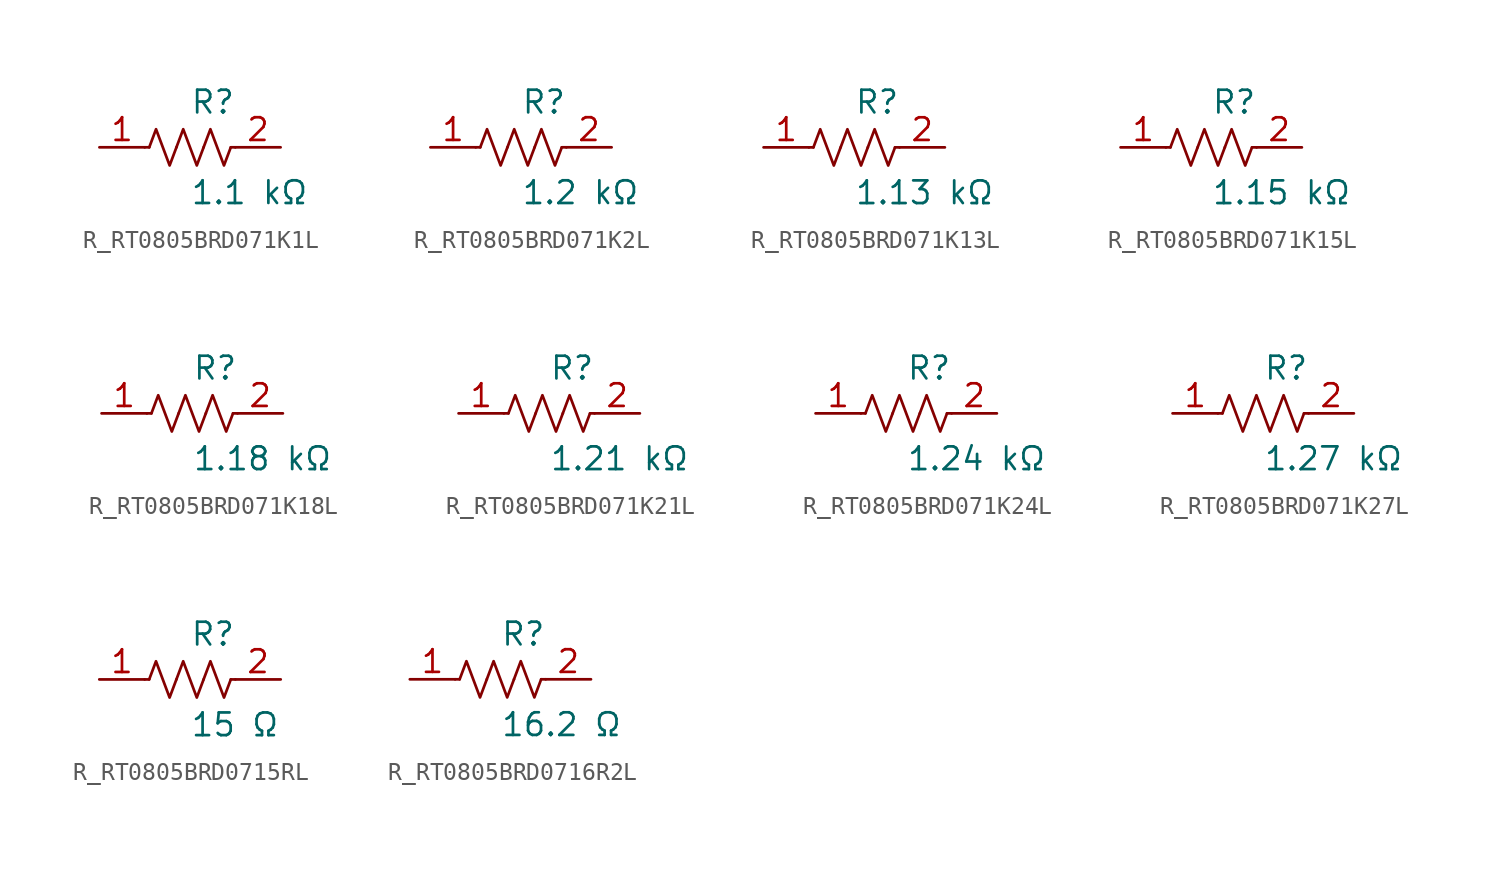
<source format=kicad_sym>
(kicad_symbol_lib
  (version 20231120)
  (generator kicad_symbol_editor)
  (generator_version 8.0)
  (symbol "R_RT0805BRD071K1L"
    (pin_names
      (offset 0.254))
    (property "Reference" "R"
      (at 0.0 2.54 0)
      (effects (font (size 1.27 1.27)) (justify left)))
    (property "Value" "1.1 kΩ"
      (at 0.0 -2.54 0)
      (effects (font (size 1.27 1.27)) (justify left)))
    (symbol "R_RT0805BRD071K1L_0_1"
      (polyline (pts (xy 2.286 0) (xy 2.54 0)) (stroke (width 0) (type default)) (fill (type none)))
      (polyline (pts (xy -2.286 0) (xy -2.54 0)) (stroke (width 0) (type default)) (fill (type none)))
      (polyline (pts (xy 0.762 0) (xy 1.143 1.016) (xy 1.524 0) (xy 1.905 -1.016) (xy 2.286 0)) (stroke (width 0) (type default)) (fill (type none)))
      (polyline (pts (xy -0.762 0) (xy -0.381 1.016) (xy 0 0) (xy 0.381 -1.016) (xy 0.762 0)) (stroke (width 0) (type default)) (fill (type none)))
      (polyline (pts (xy -2.286 0) (xy -1.905 1.016) (xy -1.524 0) (xy -1.143 -1.016) (xy -0.762 0)) (stroke (width 0) (type default)) (fill (type none))))
    (pin unspecified line
      (at -5.08 0 0)
      (length 2.54)
      (name "" (effects (font (size 1.27 1.27))))
      (number "1" (effects (font (size 1.27 1.27)))))
    (pin unspecified line
      (at 5.08 0 180)
      (length 2.54)
      (name "" (effects (font (size 1.27 1.27))))
      (number "2" (effects (font (size 1.27 1.27))))))
  (symbol "R_RT0805BRD071K2L"
    (pin_names
      (offset 0.254))
    (property "Reference" "R"
      (at 0.0 2.54 0)
      (effects (font (size 1.27 1.27)) (justify left)))
    (property "Value" "1.2 kΩ"
      (at 0.0 -2.54 0)
      (effects (font (size 1.27 1.27)) (justify left)))
    (symbol "R_RT0805BRD071K2L_0_1"
      (polyline (pts (xy 2.286 0) (xy 2.54 0)) (stroke (width 0) (type default)) (fill (type none)))
      (polyline (pts (xy -2.286 0) (xy -2.54 0)) (stroke (width 0) (type default)) (fill (type none)))
      (polyline (pts (xy 0.762 0) (xy 1.143 1.016) (xy 1.524 0) (xy 1.905 -1.016) (xy 2.286 0)) (stroke (width 0) (type default)) (fill (type none)))
      (polyline (pts (xy -0.762 0) (xy -0.381 1.016) (xy 0 0) (xy 0.381 -1.016) (xy 0.762 0)) (stroke (width 0) (type default)) (fill (type none)))
      (polyline (pts (xy -2.286 0) (xy -1.905 1.016) (xy -1.524 0) (xy -1.143 -1.016) (xy -0.762 0)) (stroke (width 0) (type default)) (fill (type none))))
    (pin unspecified line
      (at -5.08 0 0)
      (length 2.54)
      (name "" (effects (font (size 1.27 1.27))))
      (number "1" (effects (font (size 1.27 1.27)))))
    (pin unspecified line
      (at 5.08 0 180)
      (length 2.54)
      (name "" (effects (font (size 1.27 1.27))))
      (number "2" (effects (font (size 1.27 1.27))))))
  (symbol "R_RT0805BRD071K13L"
    (pin_names
      (offset 0.254))
    (property "Reference" "R"
      (at 0.0 2.54 0)
      (effects (font (size 1.27 1.27)) (justify left)))
    (property "Value" "1.13 kΩ"
      (at 0.0 -2.54 0)
      (effects (font (size 1.27 1.27)) (justify left)))
    (symbol "R_RT0805BRD071K13L_0_1"
      (polyline (pts (xy 2.286 0) (xy 2.54 0)) (stroke (width 0) (type default)) (fill (type none)))
      (polyline (pts (xy -2.286 0) (xy -2.54 0)) (stroke (width 0) (type default)) (fill (type none)))
      (polyline (pts (xy 0.762 0) (xy 1.143 1.016) (xy 1.524 0) (xy 1.905 -1.016) (xy 2.286 0)) (stroke (width 0) (type default)) (fill (type none)))
      (polyline (pts (xy -0.762 0) (xy -0.381 1.016) (xy 0 0) (xy 0.381 -1.016) (xy 0.762 0)) (stroke (width 0) (type default)) (fill (type none)))
      (polyline (pts (xy -2.286 0) (xy -1.905 1.016) (xy -1.524 0) (xy -1.143 -1.016) (xy -0.762 0)) (stroke (width 0) (type default)) (fill (type none))))
    (pin unspecified line
      (at -5.08 0 0)
      (length 2.54)
      (name "" (effects (font (size 1.27 1.27))))
      (number "1" (effects (font (size 1.27 1.27)))))
    (pin unspecified line
      (at 5.08 0 180)
      (length 2.54)
      (name "" (effects (font (size 1.27 1.27))))
      (number "2" (effects (font (size 1.27 1.27))))))
  (symbol "R_RT0805BRD071K15L"
    (pin_names
      (offset 0.254))
    (property "Reference" "R"
      (at 0.0 2.54 0)
      (effects (font (size 1.27 1.27)) (justify left)))
    (property "Value" "1.15 kΩ"
      (at 0.0 -2.54 0)
      (effects (font (size 1.27 1.27)) (justify left)))
    (symbol "R_RT0805BRD071K15L_0_1"
      (polyline (pts (xy 2.286 0) (xy 2.54 0)) (stroke (width 0) (type default)) (fill (type none)))
      (polyline (pts (xy -2.286 0) (xy -2.54 0)) (stroke (width 0) (type default)) (fill (type none)))
      (polyline (pts (xy 0.762 0) (xy 1.143 1.016) (xy 1.524 0) (xy 1.905 -1.016) (xy 2.286 0)) (stroke (width 0) (type default)) (fill (type none)))
      (polyline (pts (xy -0.762 0) (xy -0.381 1.016) (xy 0 0) (xy 0.381 -1.016) (xy 0.762 0)) (stroke (width 0) (type default)) (fill (type none)))
      (polyline (pts (xy -2.286 0) (xy -1.905 1.016) (xy -1.524 0) (xy -1.143 -1.016) (xy -0.762 0)) (stroke (width 0) (type default)) (fill (type none))))
    (pin unspecified line
      (at -5.08 0 0)
      (length 2.54)
      (name "" (effects (font (size 1.27 1.27))))
      (number "1" (effects (font (size 1.27 1.27)))))
    (pin unspecified line
      (at 5.08 0 180)
      (length 2.54)
      (name "" (effects (font (size 1.27 1.27))))
      (number "2" (effects (font (size 1.27 1.27))))))
  (symbol "R_RT0805BRD071K18L"
    (pin_names
      (offset 0.254))
    (property "Reference" "R"
      (at 0.0 2.54 0)
      (effects (font (size 1.27 1.27)) (justify left)))
    (property "Value" "1.18 kΩ"
      (at 0.0 -2.54 0)
      (effects (font (size 1.27 1.27)) (justify left)))
    (symbol "R_RT0805BRD071K18L_0_1"
      (polyline (pts (xy 2.286 0) (xy 2.54 0)) (stroke (width 0) (type default)) (fill (type none)))
      (polyline (pts (xy -2.286 0) (xy -2.54 0)) (stroke (width 0) (type default)) (fill (type none)))
      (polyline (pts (xy 0.762 0) (xy 1.143 1.016) (xy 1.524 0) (xy 1.905 -1.016) (xy 2.286 0)) (stroke (width 0) (type default)) (fill (type none)))
      (polyline (pts (xy -0.762 0) (xy -0.381 1.016) (xy 0 0) (xy 0.381 -1.016) (xy 0.762 0)) (stroke (width 0) (type default)) (fill (type none)))
      (polyline (pts (xy -2.286 0) (xy -1.905 1.016) (xy -1.524 0) (xy -1.143 -1.016) (xy -0.762 0)) (stroke (width 0) (type default)) (fill (type none))))
    (pin unspecified line
      (at -5.08 0 0)
      (length 2.54)
      (name "" (effects (font (size 1.27 1.27))))
      (number "1" (effects (font (size 1.27 1.27)))))
    (pin unspecified line
      (at 5.08 0 180)
      (length 2.54)
      (name "" (effects (font (size 1.27 1.27))))
      (number "2" (effects (font (size 1.27 1.27))))))
  (symbol "R_RT0805BRD071K21L"
    (pin_names
      (offset 0.254))
    (property "Reference" "R"
      (at 0.0 2.54 0)
      (effects (font (size 1.27 1.27)) (justify left)))
    (property "Value" "1.21 kΩ"
      (at 0.0 -2.54 0)
      (effects (font (size 1.27 1.27)) (justify left)))
    (symbol "R_RT0805BRD071K21L_0_1"
      (polyline (pts (xy 2.286 0) (xy 2.54 0)) (stroke (width 0) (type default)) (fill (type none)))
      (polyline (pts (xy -2.286 0) (xy -2.54 0)) (stroke (width 0) (type default)) (fill (type none)))
      (polyline (pts (xy 0.762 0) (xy 1.143 1.016) (xy 1.524 0) (xy 1.905 -1.016) (xy 2.286 0)) (stroke (width 0) (type default)) (fill (type none)))
      (polyline (pts (xy -0.762 0) (xy -0.381 1.016) (xy 0 0) (xy 0.381 -1.016) (xy 0.762 0)) (stroke (width 0) (type default)) (fill (type none)))
      (polyline (pts (xy -2.286 0) (xy -1.905 1.016) (xy -1.524 0) (xy -1.143 -1.016) (xy -0.762 0)) (stroke (width 0) (type default)) (fill (type none))))
    (pin unspecified line
      (at -5.08 0 0)
      (length 2.54)
      (name "" (effects (font (size 1.27 1.27))))
      (number "1" (effects (font (size 1.27 1.27)))))
    (pin unspecified line
      (at 5.08 0 180)
      (length 2.54)
      (name "" (effects (font (size 1.27 1.27))))
      (number "2" (effects (font (size 1.27 1.27))))))
  (symbol "R_RT0805BRD071K24L"
    (pin_names
      (offset 0.254))
    (property "Reference" "R"
      (at 0.0 2.54 0)
      (effects (font (size 1.27 1.27)) (justify left)))
    (property "Value" "1.24 kΩ"
      (at 0.0 -2.54 0)
      (effects (font (size 1.27 1.27)) (justify left)))
    (symbol "R_RT0805BRD071K24L_0_1"
      (polyline (pts (xy 2.286 0) (xy 2.54 0)) (stroke (width 0) (type default)) (fill (type none)))
      (polyline (pts (xy -2.286 0) (xy -2.54 0)) (stroke (width 0) (type default)) (fill (type none)))
      (polyline (pts (xy 0.762 0) (xy 1.143 1.016) (xy 1.524 0) (xy 1.905 -1.016) (xy 2.286 0)) (stroke (width 0) (type default)) (fill (type none)))
      (polyline (pts (xy -0.762 0) (xy -0.381 1.016) (xy 0 0) (xy 0.381 -1.016) (xy 0.762 0)) (stroke (width 0) (type default)) (fill (type none)))
      (polyline (pts (xy -2.286 0) (xy -1.905 1.016) (xy -1.524 0) (xy -1.143 -1.016) (xy -0.762 0)) (stroke (width 0) (type default)) (fill (type none))))
    (pin unspecified line
      (at -5.08 0 0)
      (length 2.54)
      (name "" (effects (font (size 1.27 1.27))))
      (number "1" (effects (font (size 1.27 1.27)))))
    (pin unspecified line
      (at 5.08 0 180)
      (length 2.54)
      (name "" (effects (font (size 1.27 1.27))))
      (number "2" (effects (font (size 1.27 1.27))))))
  (symbol "R_RT0805BRD071K27L"
    (pin_names
      (offset 0.254))
    (property "Reference" "R"
      (at 0.0 2.54 0)
      (effects (font (size 1.27 1.27)) (justify left)))
    (property "Value" "1.27 kΩ"
      (at 0.0 -2.54 0)
      (effects (font (size 1.27 1.27)) (justify left)))
    (symbol "R_RT0805BRD071K27L_0_1"
      (polyline (pts (xy 2.286 0) (xy 2.54 0)) (stroke (width 0) (type default)) (fill (type none)))
      (polyline (pts (xy -2.286 0) (xy -2.54 0)) (stroke (width 0) (type default)) (fill (type none)))
      (polyline (pts (xy 0.762 0) (xy 1.143 1.016) (xy 1.524 0) (xy 1.905 -1.016) (xy 2.286 0)) (stroke (width 0) (type default)) (fill (type none)))
      (polyline (pts (xy -0.762 0) (xy -0.381 1.016) (xy 0 0) (xy 0.381 -1.016) (xy 0.762 0)) (stroke (width 0) (type default)) (fill (type none)))
      (polyline (pts (xy -2.286 0) (xy -1.905 1.016) (xy -1.524 0) (xy -1.143 -1.016) (xy -0.762 0)) (stroke (width 0) (type default)) (fill (type none))))
    (pin unspecified line
      (at -5.08 0 0)
      (length 2.54)
      (name "" (effects (font (size 1.27 1.27))))
      (number "1" (effects (font (size 1.27 1.27)))))
    (pin unspecified line
      (at 5.08 0 180)
      (length 2.54)
      (name "" (effects (font (size 1.27 1.27))))
      (number "2" (effects (font (size 1.27 1.27))))))
  (symbol "R_RT0805BRD0715RL"
    (pin_names
      (offset 0.254))
    (property "Reference" "R"
      (at 0.0 2.54 0)
      (effects (font (size 1.27 1.27)) (justify left)))
    (property "Value" "15 Ω"
      (at 0.0 -2.54 0)
      (effects (font (size 1.27 1.27)) (justify left)))
    (symbol "R_RT0805BRD0715RL_0_1"
      (polyline (pts (xy 2.286 0) (xy 2.54 0)) (stroke (width 0) (type default)) (fill (type none)))
      (polyline (pts (xy -2.286 0) (xy -2.54 0)) (stroke (width 0) (type default)) (fill (type none)))
      (polyline (pts (xy 0.762 0) (xy 1.143 1.016) (xy 1.524 0) (xy 1.905 -1.016) (xy 2.286 0)) (stroke (width 0) (type default)) (fill (type none)))
      (polyline (pts (xy -0.762 0) (xy -0.381 1.016) (xy 0 0) (xy 0.381 -1.016) (xy 0.762 0)) (stroke (width 0) (type default)) (fill (type none)))
      (polyline (pts (xy -2.286 0) (xy -1.905 1.016) (xy -1.524 0) (xy -1.143 -1.016) (xy -0.762 0)) (stroke (width 0) (type default)) (fill (type none))))
    (pin unspecified line
      (at -5.08 0 0)
      (length 2.54)
      (name "" (effects (font (size 1.27 1.27))))
      (number "1" (effects (font (size 1.27 1.27)))))
    (pin unspecified line
      (at 5.08 0 180)
      (length 2.54)
      (name "" (effects (font (size 1.27 1.27))))
      (number "2" (effects (font (size 1.27 1.27))))))
  (symbol "R_RT0805BRD0716R2L"
    (pin_names
      (offset 0.254))
    (property "Reference" "R"
      (at 0.0 2.54 0)
      (effects (font (size 1.27 1.27)) (justify left)))
    (property "Value" "16.2 Ω"
      (at 0.0 -2.54 0)
      (effects (font (size 1.27 1.27)) (justify left)))
    (symbol "R_RT0805BRD0716R2L_0_1"
      (polyline (pts (xy 2.286 0) (xy 2.54 0)) (stroke (width 0) (type default)) (fill (type none)))
      (polyline (pts (xy -2.286 0) (xy -2.54 0)) (stroke (width 0) (type default)) (fill (type none)))
      (polyline (pts (xy 0.762 0) (xy 1.143 1.016) (xy 1.524 0) (xy 1.905 -1.016) (xy 2.286 0)) (stroke (width 0) (type default)) (fill (type none)))
      (polyline (pts (xy -0.762 0) (xy -0.381 1.016) (xy 0 0) (xy 0.381 -1.016) (xy 0.762 0)) (stroke (width 0) (type default)) (fill (type none)))
      (polyline (pts (xy -2.286 0) (xy -1.905 1.016) (xy -1.524 0) (xy -1.143 -1.016) (xy -0.762 0)) (stroke (width 0) (type default)) (fill (type none))))
    (pin unspecified line
      (at -5.08 0 0)
      (length 2.54)
      (name "" (effects (font (size 1.27 1.27))))
      (number "1" (effects (font (size 1.27 1.27)))))
    (pin unspecified line
      (at 5.08 0 180)
      (length 2.54)
      (name "" (effects (font (size 1.27 1.27))))
      (number "2" (effects (font (size 1.27 1.27)))))))
</source>
